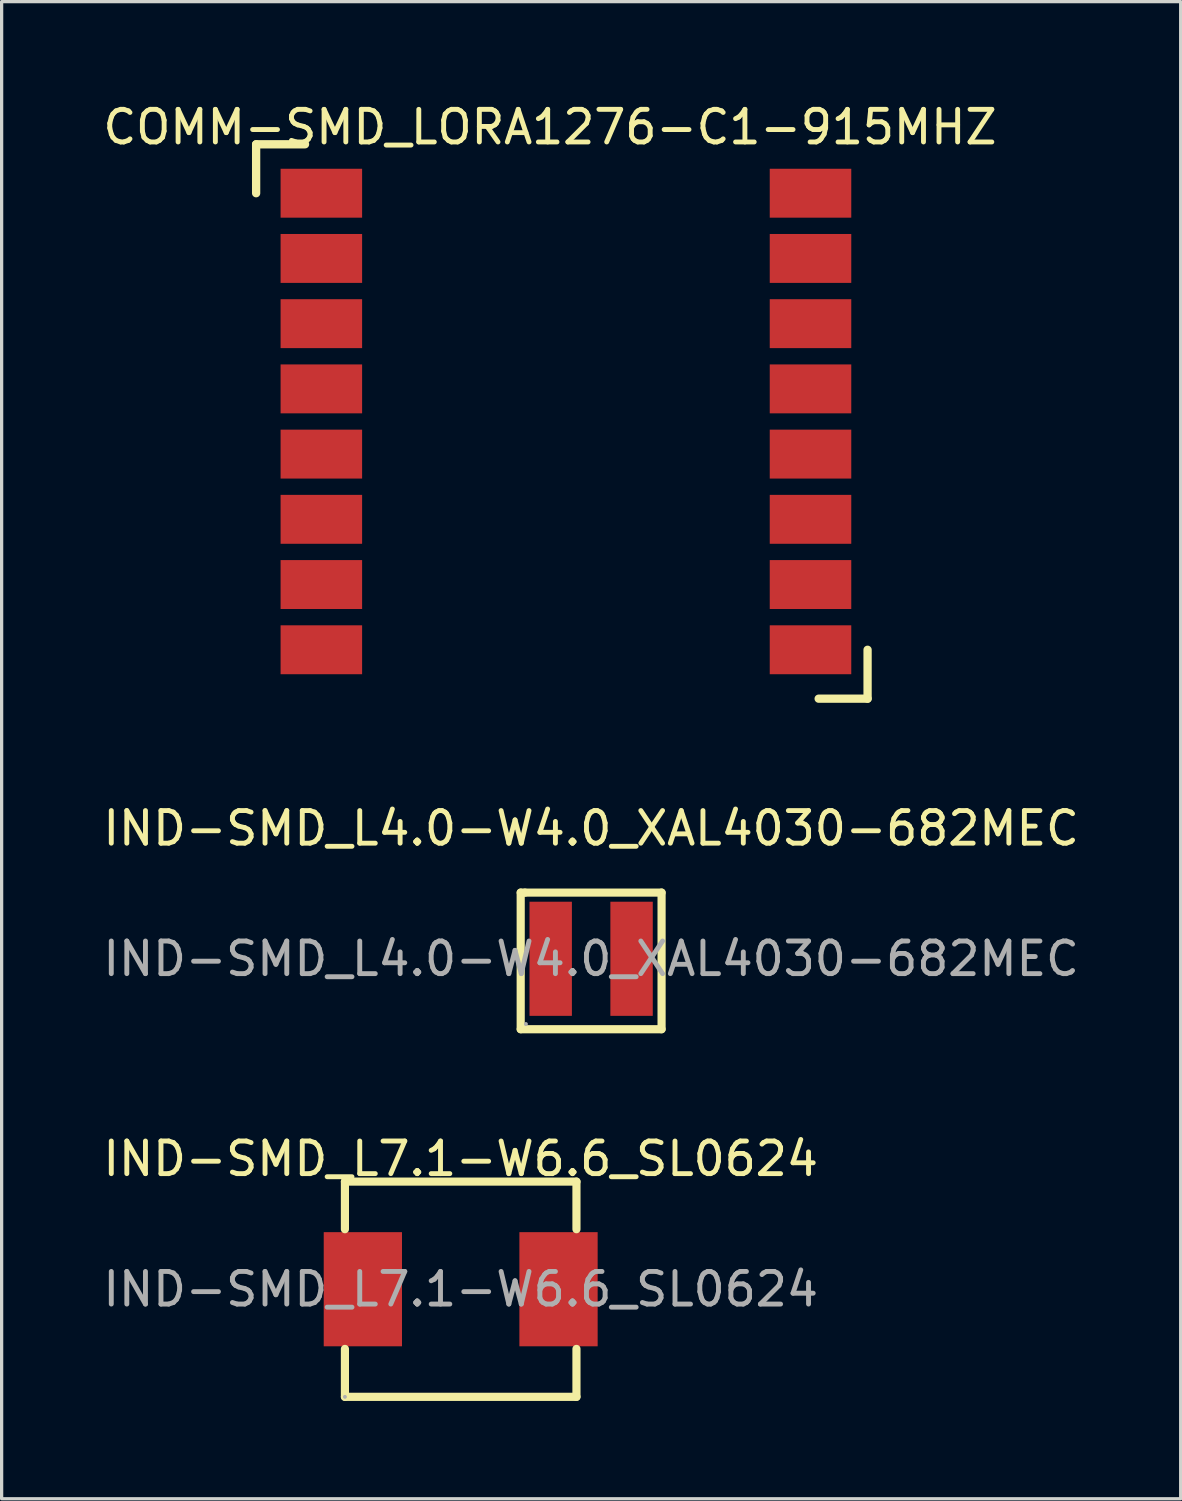
<source format=kicad_pcb>
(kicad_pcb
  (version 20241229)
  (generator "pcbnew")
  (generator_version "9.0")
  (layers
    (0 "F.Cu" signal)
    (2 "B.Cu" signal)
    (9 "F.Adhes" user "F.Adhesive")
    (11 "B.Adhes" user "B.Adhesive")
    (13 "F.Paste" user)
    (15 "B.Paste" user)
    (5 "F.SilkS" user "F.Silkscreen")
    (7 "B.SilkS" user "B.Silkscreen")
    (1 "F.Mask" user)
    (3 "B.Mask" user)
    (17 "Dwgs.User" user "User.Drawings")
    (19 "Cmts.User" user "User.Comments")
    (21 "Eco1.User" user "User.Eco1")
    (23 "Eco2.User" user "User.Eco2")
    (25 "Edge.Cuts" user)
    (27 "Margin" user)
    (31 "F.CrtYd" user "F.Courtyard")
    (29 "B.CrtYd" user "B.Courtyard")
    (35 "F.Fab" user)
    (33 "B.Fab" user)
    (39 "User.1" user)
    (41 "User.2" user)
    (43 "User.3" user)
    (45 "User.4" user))
  (footprint "COMM-SMD_LORA1276-C1-915MHZ"
    (layer "F.Cu")
    (at 14.304 9.875)
    (property "Reference" "COMM-SMD_LORA1276-C1-915MHZ" (at -0.488 -9.027 0) (layer "F.SilkS") (effects (font (size 1 1) (thickness 0.15))))
    (fp_line (start -9.5 -8.5) (end -9.5 -7) (stroke (width 0.254) (type default)) (layer "F.SilkS"))
    (fp_line (start -9.5 -8.5) (end -8 -8.5) (stroke (width 0.254) (type default)) (layer "F.SilkS"))
    (fp_line (start 9.25 8.5) (end 7.75 8.5) (stroke (width 0.254) (type default)) (layer "F.SilkS"))
    (fp_line (start 9.25 8.5) (end 9.25 7) (stroke (width 0.254) (type default)) (layer "F.SilkS"))
    (fp_poly (pts (xy -8 -7.6) (xy -6.3 -7.6) (xy -6.3 -6.4) (xy -8 -6.4)) (stroke (width 0.1) (type default)) (fill no) (layer "User.1"))
    (fp_poly (pts (xy -8 -5.6) (xy -6.3 -5.6) (xy -6.3 -4.4) (xy -8 -4.4)) (stroke (width 0.1) (type default)) (fill no) (layer "User.1"))
    (fp_poly (pts (xy -8 -3.6) (xy -6.3 -3.6) (xy -6.3 -2.4) (xy -8 -2.4)) (stroke (width 0.1) (type default)) (fill no) (layer "User.1"))
    (fp_poly (pts (xy -8 -1.6) (xy -6.3 -1.6) (xy -6.3 -0.4) (xy -8 -0.4)) (stroke (width 0.1) (type default)) (fill no) (layer "User.1"))
    (fp_poly (pts (xy -8 0.4) (xy -6.3 0.4) (xy -6.3 1.6) (xy -8 1.6)) (stroke (width 0.1) (type default)) (fill no) (layer "User.1"))
    (fp_poly (pts (xy -8 2.4) (xy -6.3 2.4) (xy -6.3 3.6) (xy -8 3.6)) (stroke (width 0.1) (type default)) (fill no) (layer "User.1"))
    (fp_poly (pts (xy -8 4.4) (xy -6.3 4.4) (xy -6.3 5.6) (xy -8 5.6)) (stroke (width 0.1) (type default)) (fill no) (layer "User.1"))
    (fp_poly (pts (xy -8 6.4) (xy -6.3 6.4) (xy -6.3 7.6) (xy -8 7.6)) (stroke (width 0.1) (type default)) (fill no) (layer "User.1"))
    (fp_poly (pts (xy 6.3 -7.6) (xy 8 -7.6) (xy 8 -6.4) (xy 6.3 -6.4)) (stroke (width 0.1) (type default)) (fill no) (layer "User.1"))
    (fp_poly (pts (xy 6.3 -5.6) (xy 8 -5.6) (xy 8 -4.4) (xy 6.3 -4.4)) (stroke (width 0.1) (type default)) (fill no) (layer "User.1"))
    (fp_poly (pts (xy 6.3 -3.6) (xy 8 -3.6) (xy 8 -2.4) (xy 6.3 -2.4)) (stroke (width 0.1) (type default)) (fill no) (layer "User.1"))
    (fp_poly (pts (xy 6.3 -1.6) (xy 8 -1.6) (xy 8 -0.4) (xy 6.3 -0.4)) (stroke (width 0.1) (type default)) (fill no) (layer "User.1"))
    (fp_poly (pts (xy 6.3 0.4) (xy 8 0.4) (xy 8 1.6) (xy 6.3 1.6)) (stroke (width 0.1) (type default)) (fill no) (layer "User.1"))
    (fp_poly (pts (xy 6.3 2.4) (xy 8 2.4) (xy 8 3.6) (xy 6.3 3.6)) (stroke (width 0.1) (type default)) (fill no) (layer "User.1"))
    (fp_poly (pts (xy 6.3 4.4) (xy 8 4.4) (xy 8 5.6) (xy 6.3 5.6)) (stroke (width 0.1) (type default)) (fill no) (layer "User.1"))
    (fp_poly (pts (xy 6.3 6.4) (xy 8 6.4) (xy 8 7.6) (xy 6.3 7.6)) (stroke (width 0.1) (type default)) (fill no) (layer "User.1"))
    (fp_line (start -8 -8) (end 8 -8) (stroke (width 0.051) (type default)) (layer "User.2"))
    (fp_line (start -8 8) (end -8 -8) (stroke (width 0.051) (type default)) (layer "User.2"))
    (fp_line (start 8 -8) (end 8 8) (stroke (width 0.051) (type default)) (layer "User.2"))
    (fp_line (start 8 8) (end -8 8) (stroke (width 0.051) (type default)) (layer "User.2"))
    (fp_poly (pts (xy -7.945 -8.023) (xy -7.977 -8.055) (xy -8.023 -8.055) (xy -8.055 -8.023) (xy -8.055 -7.977) (xy -8.023 -7.945) (xy -7.977 -7.945) (xy -7.945 -7.977)) (stroke (width 0.1) (type default)) (fill no) (layer "User.3"))
    (pad "1" smd rect (at -7.5 -7) (size 2.5 1.5) (layers "F.Cu" "F.Mask" "F.Paste"))
    (pad "2" smd rect (at -7.5 -5) (size 2.5 1.5) (layers "F.Cu" "F.Mask" "F.Paste"))
    (pad "3" smd rect (at -7.5 -3) (size 2.5 1.5) (layers "F.Cu" "F.Mask" "F.Paste"))
    (pad "4" smd rect (at -7.5 -1) (size 2.5 1.5) (layers "F.Cu" "F.Mask" "F.Paste"))
    (pad "5" smd rect (at -7.5 1) (size 2.5 1.5) (layers "F.Cu" "F.Mask" "F.Paste"))
    (pad "6" smd rect (at -7.5 3) (size 2.5 1.5) (layers "F.Cu" "F.Mask" "F.Paste"))
    (pad "7" smd rect (at -7.5 5) (size 2.5 1.5) (layers "F.Cu" "F.Mask" "F.Paste"))
    (pad "8" smd rect (at -7.5 7) (size 2.5 1.5) (layers "F.Cu" "F.Mask" "F.Paste"))
    (pad "9" smd rect (at 7.5 7) (size 2.5 1.5) (layers "F.Cu" "F.Mask" "F.Paste"))
    (pad "10" smd rect (at 7.5 5) (size 2.5 1.5) (layers "F.Cu" "F.Mask" "F.Paste"))
    (pad "11" smd rect (at 7.5 3) (size 2.5 1.5) (layers "F.Cu" "F.Mask" "F.Paste"))
    (pad "12" smd rect (at 7.5 1) (size 2.5 1.5) (layers "F.Cu" "F.Mask" "F.Paste"))
    (pad "13" smd rect (at 7.5 -1) (size 2.5 1.5) (layers "F.Cu" "F.Mask" "F.Paste"))
    (pad "14" smd rect (at 7.5 -3) (size 2.5 1.5) (layers "F.Cu" "F.Mask" "F.Paste"))
    (pad "15" smd rect (at 7.5 -5) (size 2.5 1.5) (layers "F.Cu" "F.Mask" "F.Paste"))
    (pad "16" smd rect (at 7.5 -7) (size 2.5 1.5) (layers "F.Cu" "F.Mask" "F.Paste")))
  (footprint "IND-SMD_L4.0-W4.0_XAL4030-682MEC"
    (layer "F.Cu")
    (at 15.077 26.351)
    (property "Reference" "IND-SMD_L4.0-W4.0_XAL4030-682MEC" (at 0 -4 0) (layer "F.SilkS") (effects (font (size 1 1) (thickness 0.15))))
    (attr smd)
    (fp_line (start -2.16 -2.03) (end -2.03 -2.03) (stroke (width 0.25) (type solid)) (layer "F.SilkS"))
    (fp_line (start -2.16 2.16) (end -2.16 -2.03) (stroke (width 0.25) (type solid)) (layer "F.SilkS"))
    (fp_line (start -2.03 -2.03) (end 2.16 -2.03) (stroke (width 0.25) (type solid)) (layer "F.SilkS"))
    (fp_line (start 2.16 -2.03) (end 2.16 2.16) (stroke (width 0.25) (type solid)) (layer "F.SilkS"))
    (fp_line (start 2.16 2.16) (end -2.16 2.16) (stroke (width 0.25) (type solid)) (layer "F.SilkS"))
    (fp_circle (center -2 2) (end -1.97 2) (stroke (width 0.06) (type solid)) (fill no) (layer "F.Fab"))
    (fp_text user "${REFERENCE}" (at 0 0 0) (layer "F.Fab") (effects (font (size 1 1) (thickness 0.15))))
    (pad "1" smd rect (at -1.24 0) (size 1.3 3.5) (layers "F.Cu" "F.Mask" "F.Paste"))
    (pad "2" smd rect (at 1.24 0) (size 1.3 3.5) (layers "F.Cu" "F.Mask" "F.Paste")))
  (footprint "IND-SMD_L7.1-W6.6_SL0624"
    (layer "F.Cu")
    (at 11.077 36.484)
    (property "Reference" "IND-SMD_L7.1-W6.6_SL0624" (at 0 -4 0) (layer "F.SilkS") (effects (font (size 1 1) (thickness 0.15))))
    (attr smd)
    (fp_line (start -3.55 -3.3) (end 3.55 -3.3) (stroke (width 0.25) (type solid)) (layer "F.SilkS"))
    (fp_line (start -3.55 -1.84) (end -3.55 -3.3) (stroke (width 0.25) (type solid)) (layer "F.SilkS"))
    (fp_line (start -3.55 3.3) (end -3.55 1.83) (stroke (width 0.25) (type solid)) (layer "F.SilkS"))
    (fp_line (start -3.55 3.3) (end 3.55 3.3) (stroke (width 0.25) (type solid)) (layer "F.SilkS"))
    (fp_line (start 3.55 -1.84) (end 3.55 -3.3) (stroke (width 0.25) (type solid)) (layer "F.SilkS"))
    (fp_line (start 3.55 3.3) (end 3.55 1.83) (stroke (width 0.25) (type solid)) (layer "F.SilkS"))
    (fp_circle (center -3.55 3.3) (end -3.52 3.3) (stroke (width 0.06) (type solid)) (fill no) (layer "F.Fab"))
    (fp_text user "${REFERENCE}" (at 0 0 0) (layer "F.Fab") (effects (font (size 1 1) (thickness 0.15))))
    (pad "1" smd rect (at -3 0) (size 2.4 3.5) (layers "F.Cu" "F.Mask" "F.Paste"))
    (pad "2" smd rect (at 3 0) (size 2.4 3.5) (layers "F.Cu" "F.Mask" "F.Paste")))
  (gr_rect
    (start -3 -3)
    (end 33.155 42.909)
    (stroke (width 0.1) (type default))
    (fill no)
    (layer "Edge.Cuts")))
</source>
